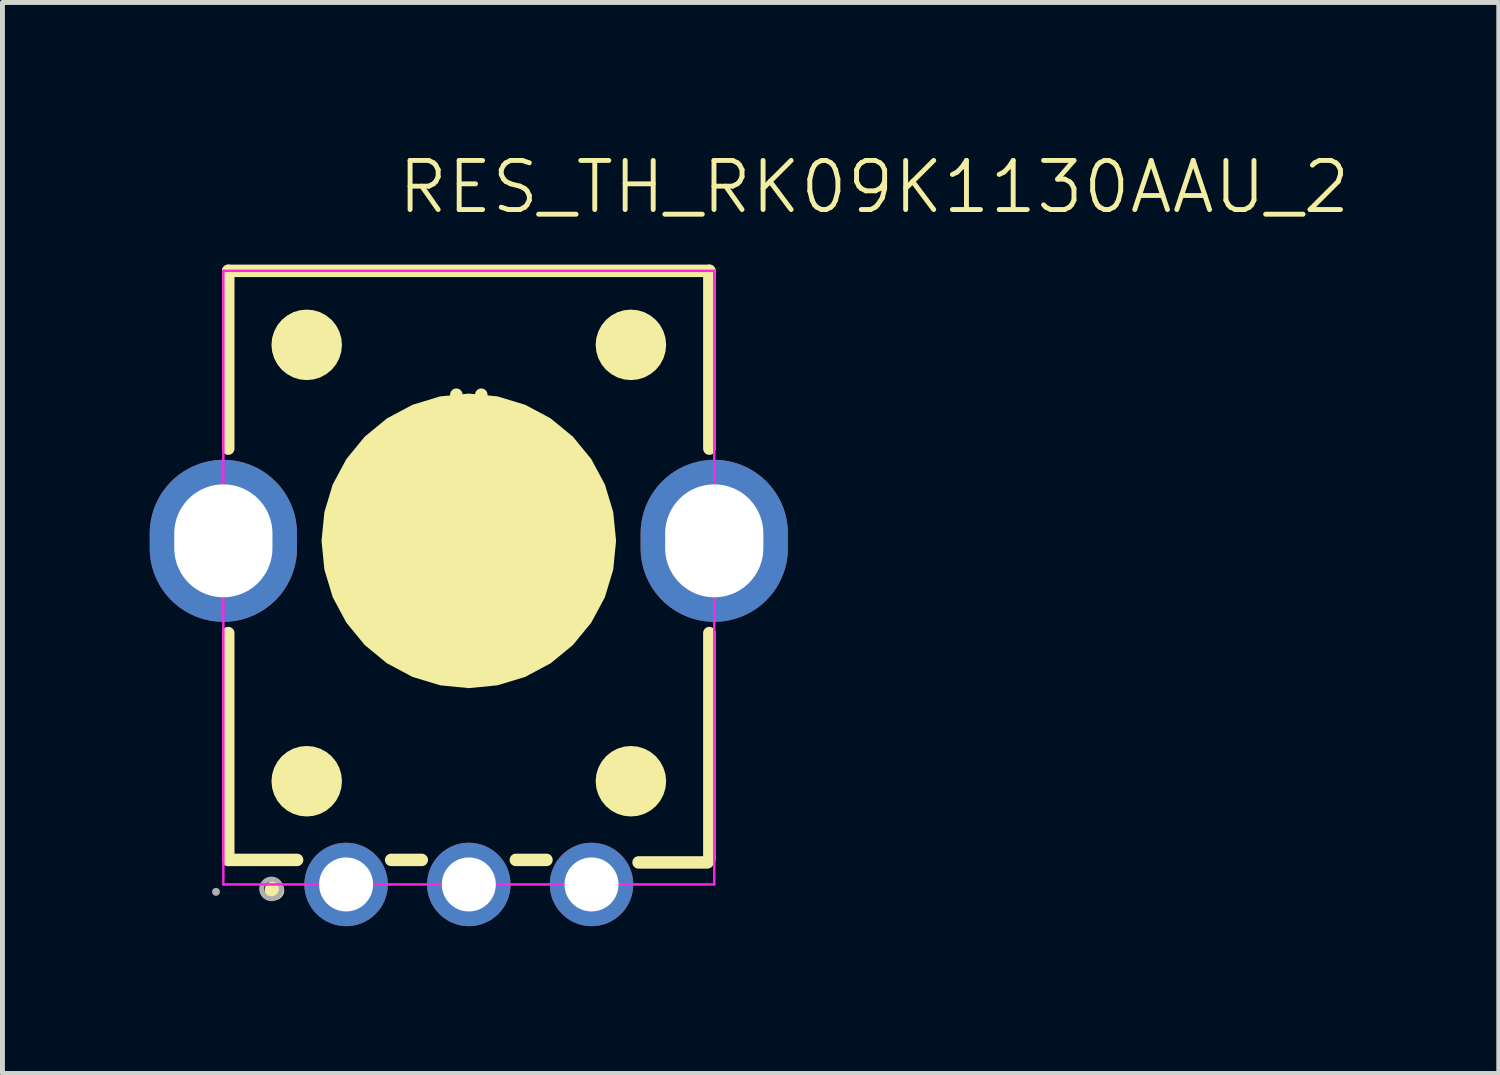
<source format=kicad_pcb>
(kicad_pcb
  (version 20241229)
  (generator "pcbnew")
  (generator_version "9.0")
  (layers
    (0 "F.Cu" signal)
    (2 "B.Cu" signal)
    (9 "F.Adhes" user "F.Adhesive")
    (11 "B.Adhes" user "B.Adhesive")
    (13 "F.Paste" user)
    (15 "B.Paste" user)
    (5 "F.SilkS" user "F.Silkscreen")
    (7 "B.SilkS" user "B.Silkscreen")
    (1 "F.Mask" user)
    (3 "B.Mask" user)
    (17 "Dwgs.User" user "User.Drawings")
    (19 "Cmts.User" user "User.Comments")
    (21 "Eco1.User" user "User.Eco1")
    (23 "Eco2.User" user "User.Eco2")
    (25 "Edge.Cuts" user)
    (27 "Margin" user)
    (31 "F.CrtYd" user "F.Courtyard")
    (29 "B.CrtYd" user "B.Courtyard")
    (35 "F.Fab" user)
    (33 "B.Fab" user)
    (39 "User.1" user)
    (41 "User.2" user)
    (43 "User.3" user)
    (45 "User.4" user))
  (footprint "RES_TH_RK09K1130AAU_2"
    (layer "F.Cu")
    (at 6.5 8.717)
    (property "Reference" "RES_TH_RK09K1130AAU_2" (at -1.5 -7.956 0) (layer "F.SilkS") (effects (font (size 1 1) (thickness 0.1)) (justify left)))
    (fp_line (start -4.9 -6.25) (end 4.9 -6.25) (stroke (width 0.254) (type solid)) (layer "F.SilkS"))
    (fp_line (start -4.9 -6.25) (end -4.9 -2.628) (stroke (width 0.254) (type solid)) (layer "F.SilkS"))
    (fp_line (start -4.9 1.129) (end -4.9 5.75) (stroke (width 0.254) (type solid)) (layer "F.SilkS"))
    (fp_line (start -4.9 5.75) (end -3.498 5.75) (stroke (width 0.254) (type solid)) (layer "F.SilkS"))
    (fp_line (start -1.582 5.75) (end -0.958 5.75) (stroke (width 0.254) (type solid)) (layer "F.SilkS"))
    (fp_line (start -0.254 -3.727) (end -0.254 -2.203) (stroke (width 0.254) (type solid)) (layer "F.SilkS"))
    (fp_line (start -0.254 -2.203) (end 0.254 -2.203) (stroke (width 0.254) (type solid)) (layer "F.SilkS"))
    (fp_line (start 0.254 -2.203) (end 0.254 -3.727) (stroke (width 0.254) (type solid)) (layer "F.SilkS"))
    (fp_line (start 0.958 5.75) (end 1.582 5.75) (stroke (width 0.254) (type solid)) (layer "F.SilkS"))
    (fp_line (start 4.86 5.801) (end 3.458 5.801) (stroke (width 0.254) (type solid)) (layer "F.SilkS"))
    (fp_line (start 4.9 -6.25) (end 4.9 -2.628) (stroke (width 0.254) (type solid)) (layer "F.SilkS"))
    (fp_line (start 4.9 1.129) (end 4.9 5.75) (stroke (width 0.254) (type solid)) (layer "F.SilkS"))
    (fp_poly (pts (xy -3.76 6.37) (xy -3.764 6.331) (xy -3.775 6.294) (xy -3.794 6.259) (xy -3.819 6.229) (xy -3.849 6.204) (xy -3.883 6.186) (xy -3.921 6.174) (xy -3.96 6.17) (xy -3.999 6.174) (xy -4.037 6.186) (xy -4.071 6.204) (xy -4.101 6.229) (xy -4.126 6.259) (xy -4.145 6.294) (xy -4.156 6.331) (xy -4.16 6.37) (xy -4.156 6.41) (xy -4.145 6.447) (xy -4.126 6.482) (xy -4.101 6.512) (xy -4.071 6.537) (xy -4.037 6.555) (xy -3.999 6.567) (xy -3.96 6.571) (xy -3.921 6.567) (xy -3.883 6.555) (xy -3.849 6.537) (xy -3.819 6.512) (xy -3.794 6.482) (xy -3.775 6.447) (xy -3.764 6.41)) (stroke (width 0) (type solid)) (fill yes) (layer "F.SilkS"))
    (fp_poly (pts (xy -2.584 -4.742) (xy -2.598 -4.883) (xy -2.639 -5.017) (xy -2.705 -5.141) (xy -2.794 -5.25) (xy -2.903 -5.339) (xy -3.027 -5.406) (xy -3.162 -5.447) (xy -3.302 -5.46) (xy -3.442 -5.447) (xy -3.577 -5.406) (xy -3.701 -5.339) (xy -3.81 -5.25) (xy -3.899 -5.141) (xy -3.965 -5.017) (xy -4.006 -4.883) (xy -4.02 -4.742) (xy -4.006 -4.602) (xy -3.965 -4.468) (xy -3.899 -4.344) (xy -3.81 -4.235) (xy -3.701 -4.146) (xy -3.577 -4.079) (xy -3.442 -4.038) (xy -3.302 -4.024) (xy -3.162 -4.038) (xy -3.027 -4.079) (xy -2.903 -4.146) (xy -2.794 -4.235) (xy -2.705 -4.344) (xy -2.639 -4.468) (xy -2.598 -4.602)) (stroke (width 0) (type solid)) (fill yes) (layer "F.SilkS"))
    (fp_poly (pts (xy -2.584 4.147) (xy -2.598 4.007) (xy -2.639 3.873) (xy -2.705 3.749) (xy -2.794 3.64) (xy -2.903 3.551) (xy -3.027 3.484) (xy -3.162 3.443) (xy -3.302 3.429) (xy -3.442 3.443) (xy -3.577 3.484) (xy -3.701 3.551) (xy -3.81 3.64) (xy -3.899 3.749) (xy -3.965 3.873) (xy -4.006 4.007) (xy -4.02 4.147) (xy -4.006 4.288) (xy -3.965 4.422) (xy -3.899 4.546) (xy -3.81 4.655) (xy -3.701 4.744) (xy -3.577 4.811) (xy -3.442 4.852) (xy -3.302 4.865) (xy -3.162 4.852) (xy -3.027 4.811) (xy -2.903 4.744) (xy -2.794 4.655) (xy -2.705 4.546) (xy -2.639 4.422) (xy -2.598 4.288)) (stroke (width 0) (type solid)) (fill yes) (layer "F.SilkS"))
    (fp_poly (pts (xy 3 -0.75) (xy 2.942 -1.335) (xy 2.772 -1.898) (xy 2.494 -2.416) (xy 2.121 -2.871) (xy 1.667 -3.244) (xy 1.148 -3.521) (xy 0.585 -3.692) (xy 0 -3.749) (xy -0.585 -3.692) (xy -1.148 -3.521) (xy -1.667 -3.244) (xy -2.121 -2.871) (xy -2.494 -2.416) (xy -2.772 -1.898) (xy -2.942 -1.335) (xy -3 -0.75) (xy -2.942 -0.164) (xy -2.772 0.399) (xy -2.494 0.917) (xy -2.121 1.372) (xy -1.667 1.745) (xy -1.148 2.022) (xy -0.585 2.193) (xy 0 2.251) (xy 0.585 2.193) (xy 1.148 2.022) (xy 1.667 1.745) (xy 2.121 1.372) (xy 2.494 0.917) (xy 2.772 0.399) (xy 2.942 -0.164)) (stroke (width 0) (type solid)) (fill yes) (layer "F.SilkS"))
    (fp_poly (pts (xy 4.02 -4.742) (xy 4.006 -4.883) (xy 3.965 -5.017) (xy 3.899 -5.141) (xy 3.81 -5.25) (xy 3.701 -5.339) (xy 3.577 -5.406) (xy 3.442 -5.447) (xy 3.302 -5.46) (xy 3.162 -5.447) (xy 3.027 -5.406) (xy 2.903 -5.339) (xy 2.794 -5.25) (xy 2.705 -5.141) (xy 2.639 -5.017) (xy 2.598 -4.883) (xy 2.584 -4.742) (xy 2.598 -4.602) (xy 2.639 -4.468) (xy 2.705 -4.344) (xy 2.794 -4.235) (xy 2.903 -4.146) (xy 3.027 -4.079) (xy 3.162 -4.038) (xy 3.302 -4.024) (xy 3.442 -4.038) (xy 3.577 -4.079) (xy 3.701 -4.146) (xy 3.81 -4.235) (xy 3.899 -4.344) (xy 3.965 -4.468) (xy 4.006 -4.602)) (stroke (width 0) (type solid)) (fill yes) (layer "F.SilkS"))
    (fp_poly (pts (xy 4.02 4.147) (xy 4.006 4.007) (xy 3.965 3.873) (xy 3.899 3.749) (xy 3.81 3.64) (xy 3.701 3.551) (xy 3.577 3.484) (xy 3.442 3.443) (xy 3.302 3.429) (xy 3.162 3.443) (xy 3.027 3.484) (xy 2.903 3.551) (xy 2.794 3.64) (xy 2.705 3.749) (xy 2.639 3.873) (xy 2.598 4.007) (xy 2.584 4.147) (xy 2.598 4.288) (xy 2.639 4.422) (xy 2.705 4.546) (xy 2.794 4.655) (xy 2.903 4.744) (xy 3.027 4.811) (xy 3.162 4.852) (xy 3.302 4.865) (xy 3.442 4.852) (xy 3.577 4.811) (xy 3.701 4.744) (xy 3.81 4.655) (xy 3.899 4.546) (xy 3.965 4.422) (xy 4.006 4.288)) (stroke (width 0) (type solid)) (fill yes) (layer "F.SilkS"))
    (fp_line (start -5 -6.25) (end -5 6.25) (stroke (width 0.05) (type solid)) (layer "F.CrtYd"))
    (fp_line (start -5 6.25) (end 5 6.25) (stroke (width 0.05) (type solid)) (layer "F.CrtYd"))
    (fp_line (start 5 -6.25) (end -5 -6.25) (stroke (width 0.05) (type solid)) (layer "F.CrtYd"))
    (fp_line (start 5 6.25) (end 5 -6.25) (stroke (width 0.05) (type solid)) (layer "F.CrtYd"))
    (fp_poly (pts (xy -5.12 6.401) (xy -5.121 6.395) (xy -5.122 6.389) (xy -5.125 6.384) (xy -5.129 6.379) (xy -5.133 6.376) (xy -5.139 6.373) (xy -5.144 6.371) (xy -5.15 6.37) (xy -5.156 6.371) (xy -5.161 6.373) (xy -5.167 6.376) (xy -5.171 6.379) (xy -5.175 6.384) (xy -5.178 6.389) (xy -5.179 6.395) (xy -5.18 6.401) (xy -5.179 6.406) (xy -5.178 6.412) (xy -5.175 6.417) (xy -5.171 6.422) (xy -5.167 6.425) (xy -5.161 6.428) (xy -5.156 6.43) (xy -5.15 6.431) (xy -5.144 6.43) (xy -5.139 6.428) (xy -5.133 6.425) (xy -5.129 6.422) (xy -5.125 6.417) (xy -5.122 6.412) (xy -5.121 6.406)) (stroke (width 0.1) (type solid)) (fill no) (layer "F.Fab"))
    (fp_poly (pts (xy -3.82 6.34) (xy -3.824 6.301) (xy -3.835 6.264) (xy -3.854 6.229) (xy -3.879 6.199) (xy -3.909 6.174) (xy -3.943 6.156) (xy -3.981 6.144) (xy -4.02 6.141) (xy -4.059 6.144) (xy -4.097 6.156) (xy -4.131 6.174) (xy -4.161 6.199) (xy -4.186 6.229) (xy -4.205 6.264) (xy -4.216 6.301) (xy -4.22 6.34) (xy -4.216 6.38) (xy -4.205 6.417) (xy -4.186 6.452) (xy -4.161 6.482) (xy -4.131 6.507) (xy -4.097 6.525) (xy -4.059 6.537) (xy -4.02 6.54) (xy -3.981 6.537) (xy -3.943 6.525) (xy -3.909 6.507) (xy -3.879 6.482) (xy -3.854 6.452) (xy -3.835 6.417) (xy -3.824 6.38)) (stroke (width 0.1) (type solid)) (fill no) (layer "F.Fab"))
    (pad "1" thru_hole circle (at -2.5 6.25) (size 1.7 1.7) (drill 1.1) (layers "*.Cu" "*.Mask"))
    (pad "2" thru_hole circle (at 0 6.25) (size 1.7 1.7) (drill 1.1) (layers "*.Cu" "*.Mask"))
    (pad "3" thru_hole circle (at 2.5 6.25) (size 1.7 1.7) (drill 1.1) (layers "*.Cu" "*.Mask"))
    (pad "4" thru_hole oval (at 5 -0.75) (size 3 3.3) (drill oval 2 2.3) (layers "*.Cu" "*.Mask"))
    (pad "5" thru_hole oval (at -5 -0.75) (size 3 3.3) (drill oval 2 2.3) (layers "*.Cu" "*.Mask")))
  (gr_rect
    (start -3 -3)
    (end 27.481 18.817)
    (stroke (width 0.1) (type default))
    (fill no)
    (layer "Edge.Cuts")))
</source>
